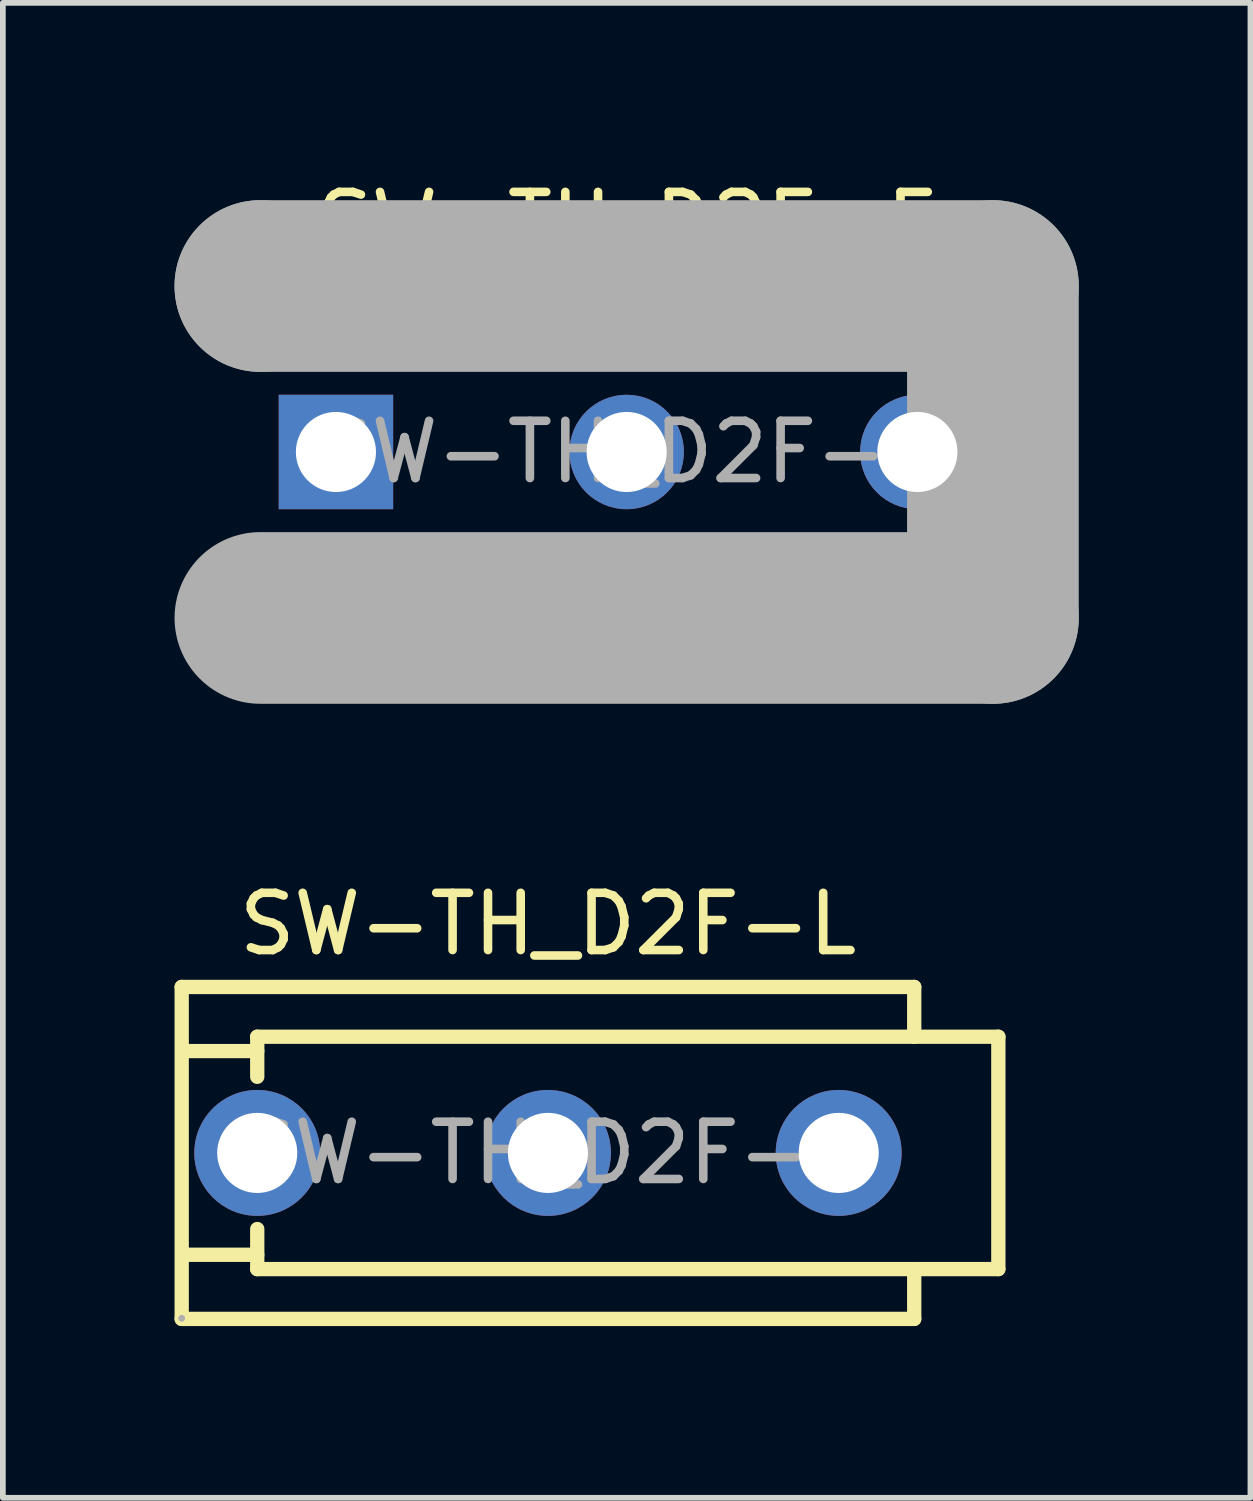
<source format=kicad_pcb>
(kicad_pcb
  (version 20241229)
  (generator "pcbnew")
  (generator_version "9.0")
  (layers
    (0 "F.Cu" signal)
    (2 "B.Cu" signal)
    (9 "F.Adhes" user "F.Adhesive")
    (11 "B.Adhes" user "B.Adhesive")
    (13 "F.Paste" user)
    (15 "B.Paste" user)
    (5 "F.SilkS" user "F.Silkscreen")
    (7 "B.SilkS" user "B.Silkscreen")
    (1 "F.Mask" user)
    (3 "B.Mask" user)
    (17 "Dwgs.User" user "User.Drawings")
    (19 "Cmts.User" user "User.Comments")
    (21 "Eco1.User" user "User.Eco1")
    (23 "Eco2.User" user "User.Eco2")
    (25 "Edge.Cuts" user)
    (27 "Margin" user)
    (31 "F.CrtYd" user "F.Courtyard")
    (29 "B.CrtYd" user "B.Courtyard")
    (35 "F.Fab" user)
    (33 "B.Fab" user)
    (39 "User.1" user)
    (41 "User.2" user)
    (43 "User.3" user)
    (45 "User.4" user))
  (footprint "SW-TH_D2F-L"
    (layer "F.Cu")
    (at 6.525 17.096)
    (property "Reference" "SW-TH_D2F-L" (at 0 -4 0) (layer "F.SilkS") (effects (font (size 1 1) (thickness 0.15))))
    (attr smd)
    (fp_line (start -6.4 -2.9) (end 6.4 -2.9) (stroke (width 0.25) (type solid)) (layer "F.SilkS"))
    (fp_line (start -6.4 2.9) (end -6.4 -2.9) (stroke (width 0.25) (type solid)) (layer "F.SilkS"))
    (fp_line (start -5.08 -2.03) (end -5.08 -1.33) (stroke (width 0.25) (type solid)) (layer "F.SilkS"))
    (fp_line (start -5.08 -1.78) (end -6.35 -1.78) (stroke (width 0.25) (type solid)) (layer "F.SilkS"))
    (fp_line (start -5.08 1.33) (end -5.08 2.03) (stroke (width 0.25) (type solid)) (layer "F.SilkS"))
    (fp_line (start -5.08 1.78) (end -6.35 1.78) (stroke (width 0.25) (type solid)) (layer "F.SilkS"))
    (fp_line (start -5.08 2.03) (end 7.87 2.03) (stroke (width 0.25) (type solid)) (layer "F.SilkS"))
    (fp_line (start 6.4 -2.9) (end 6.4 -2.03) (stroke (width 0.25) (type solid)) (layer "F.SilkS"))
    (fp_line (start 6.4 2.9) (end -6.4 2.9) (stroke (width 0.25) (type solid)) (layer "F.SilkS"))
    (fp_line (start 6.4 2.9) (end 6.4 2.03) (stroke (width 0.25) (type solid)) (layer "F.SilkS"))
    (fp_line (start 7.87 -2.03) (end -5.08 -2.03) (stroke (width 0.25) (type solid)) (layer "F.SilkS"))
    (fp_line (start 7.87 2.03) (end 7.87 -2.03) (stroke (width 0.25) (type solid)) (layer "F.SilkS"))
    (fp_circle (center -6.4 2.89) (end -6.37 2.89) (stroke (width 0.06) (type solid)) (fill no) (layer "F.Fab"))
    (fp_text user "${REFERENCE}" (at 0 0 0) (layer "F.Fab") (effects (font (size 1 1) (thickness 0.15))))
    (pad "1" thru_hole circle (at -5.08 0) (size 2.2 2.2) (drill 1.4) (layers "*.Cu" "*.Paste" "*.Mask"))
    (pad "2" thru_hole circle (at 0 0) (size 2.2 2.2) (drill 1.4) (layers "*.Cu" "*.Paste" "*.Mask"))
    (pad "3" thru_hole circle (at 5.08 0) (size 2.2 2.2) (drill 1.4) (layers "*.Cu" "*.Paste" "*.Mask")))
  (footprint "SW-TH_D2F-F"
    (layer "F.Cu")
    (at 7.9 4.848)
    (property "Reference" "SW-TH_D2F-F" (at 0 -4 0) (layer "F.SilkS") (effects (font (size 1 1) (thickness 0.15))))
    (attr smd)
    (fp_line (start -6.4 -2.9) (end -6.4 -2.9) (stroke (width 3) (type solid)) (layer "F.Fab"))
    (fp_line (start -6.4 -2.9) (end 6.4 -2.9) (stroke (width 3) (type solid)) (layer "F.Fab"))
    (fp_line (start 6.4 -2.9) (end 6.4 2.9) (stroke (width 3) (type solid)) (layer "F.Fab"))
    (fp_line (start 6.4 2.9) (end -6.4 2.9) (stroke (width 3) (type solid)) (layer "F.Fab"))
    (fp_circle (center -6.53 3.03) (end -6.5 3.03) (stroke (width 0.06) (type solid)) (fill no) (layer "F.Fab"))
    (fp_circle (center -5.08 0) (end -4.78 0) (stroke (width 0.6) (type solid)) (fill no) (layer "F.Fab"))
    (fp_circle (center 0 0) (end 0.3 0) (stroke (width 0.6) (type solid)) (fill no) (layer "F.Fab"))
    (fp_circle (center 5.08 0) (end 5.38 0) (stroke (width 0.6) (type solid)) (fill no) (layer "F.Fab"))
    (fp_text user "${REFERENCE}" (at 0 0 0) (layer "F.Fab") (effects (font (size 1 1) (thickness 0.15))))
    (pad "1" thru_hole rect (at -5.08 0) (size 2 2) (drill 1.4) (layers "*.Cu" "*.Paste" "*.Mask"))
    (pad "2" thru_hole circle (at 0 0) (size 2 2) (drill 1.4) (layers "*.Cu" "*.Paste" "*.Mask"))
    (pad "3" thru_hole circle (at 5.08 0) (size 2 2) (drill 1.4) (layers "*.Cu" "*.Paste" "*.Mask")))
  (gr_rect
    (start -3 -3)
    (end 18.8 23.122)
    (stroke (width 0.1) (type default))
    (fill no)
    (layer "Edge.Cuts")))
</source>
